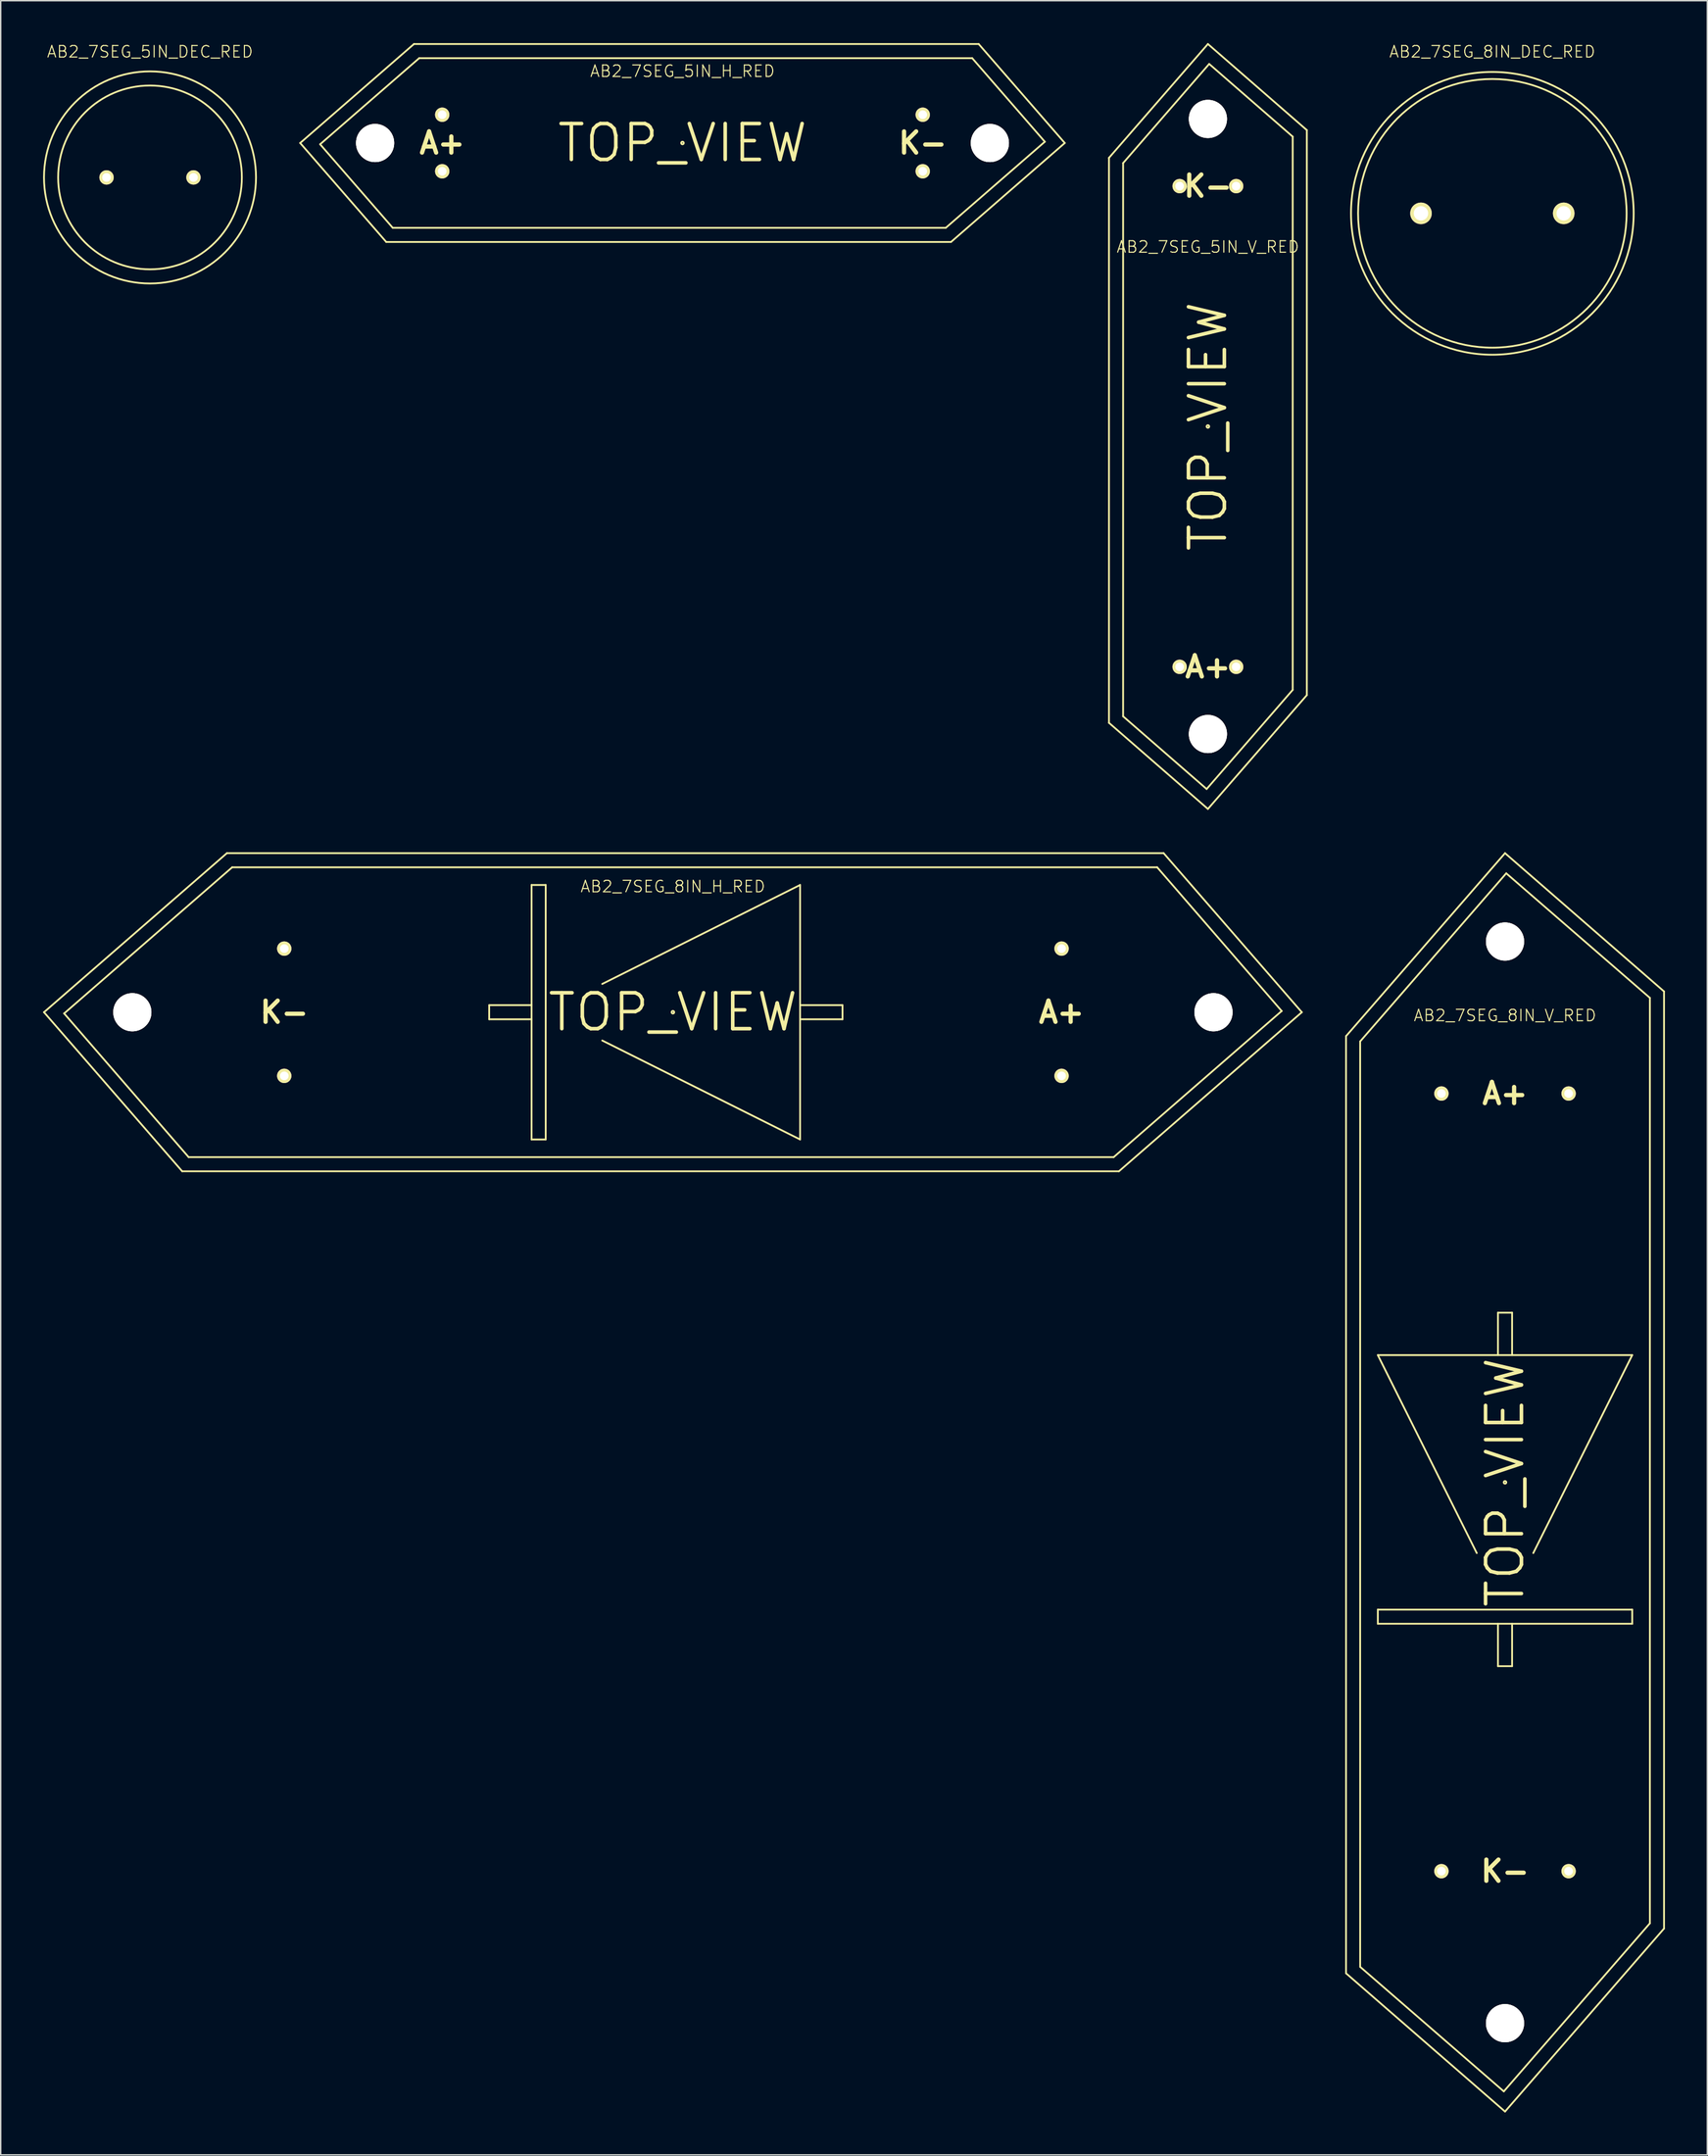
<source format=kicad_pcb>
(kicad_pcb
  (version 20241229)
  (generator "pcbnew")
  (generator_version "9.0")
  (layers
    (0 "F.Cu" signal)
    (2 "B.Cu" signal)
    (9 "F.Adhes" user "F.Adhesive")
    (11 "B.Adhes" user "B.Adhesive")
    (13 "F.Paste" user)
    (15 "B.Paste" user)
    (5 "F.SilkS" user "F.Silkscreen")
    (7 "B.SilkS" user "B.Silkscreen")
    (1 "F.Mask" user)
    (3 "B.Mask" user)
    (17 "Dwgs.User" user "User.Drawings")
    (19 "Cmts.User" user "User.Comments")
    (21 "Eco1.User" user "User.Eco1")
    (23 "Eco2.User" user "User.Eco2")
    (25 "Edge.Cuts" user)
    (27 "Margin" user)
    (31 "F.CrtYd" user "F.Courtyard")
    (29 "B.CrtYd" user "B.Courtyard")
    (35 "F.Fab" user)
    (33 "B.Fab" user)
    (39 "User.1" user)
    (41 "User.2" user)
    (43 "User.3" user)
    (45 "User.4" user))
  (footprint "AB2_7SEG_5IN_H_RED"
    (layer "F.Cu")
    (at 45.24 7.064)
    (property "Reference" "AB2_7SEG_5IN_H_RED" (at 0 -5.08 0) (layer "F.SilkS") (effects (font (size 0.813 0.813) (thickness 0.076))))
    (attr through_hole)
    (fp_line (start -27.05 0) (end -19 -7) (stroke (width 0.127) (type solid)) (layer "F.SilkS"))
    (fp_line (start -25.64 0.09) (end -20.5 6) (stroke (width 0.127) (type solid)) (layer "F.SilkS"))
    (fp_line (start -20.96 7) (end -27.05 0) (stroke (width 0.127) (type solid)) (layer "F.SilkS"))
    (fp_line (start -20.5 6) (end 18.63 6) (stroke (width 0.127) (type solid)) (layer "F.SilkS"))
    (fp_line (start -19 -7) (end 20.96 -7) (stroke (width 0.127) (type solid)) (layer "F.SilkS"))
    (fp_line (start -18.63 -6) (end -25.64 0.09) (stroke (width 0.127) (type solid)) (layer "F.SilkS"))
    (fp_line (start 18.63 6) (end 25.64 -0.09) (stroke (width 0.127) (type solid)) (layer "F.SilkS"))
    (fp_line (start 19 7) (end -20.96 7) (stroke (width 0.127) (type solid)) (layer "F.SilkS"))
    (fp_line (start 20.5 -6) (end -18.63 -6) (stroke (width 0.127) (type solid)) (layer "F.SilkS"))
    (fp_line (start 20.96 -7) (end 27.05 0) (stroke (width 0.127) (type solid)) (layer "F.SilkS"))
    (fp_line (start 25.64 -0.09) (end 20.5 -6) (stroke (width 0.127) (type solid)) (layer "F.SilkS"))
    (fp_line (start 27.05 0) (end 19 7) (stroke (width 0.127) (type solid)) (layer "F.SilkS"))
    (fp_circle (center 0 0) (end 0.02 0.09) (stroke (width 0.127) (type solid)) (fill no) (layer "F.SilkS"))
    (fp_text user "K-" (at 17 0 0) (layer "F.SilkS") (effects (font (size 1.5 1.5) (thickness 0.3))))
    (fp_text user "A+" (at -17 0 0) (layer "F.SilkS") (effects (font (size 1.5 1.5) (thickness 0.3))))
    (fp_text user "TOP_VIEW" (at 0 0 180) (layer "F.SilkS") (effects (font (size 2.54 2.54) (thickness 0.254))))
    (pad "1" thru_hole circle (at -17 -2) (size 1.016 1.016) (drill 0.61) (layers "*.Cu" "*.Mask" "F.SilkS"))
    (pad "1" thru_hole circle (at -17 2) (size 1.016 1.016) (drill 0.61) (layers "*.Cu" "*.Mask" "F.SilkS"))
    (pad "2" thru_hole circle (at 17 -2) (size 1.016 1.016) (drill 0.61) (layers "*.Cu" "*.Mask" "F.SilkS"))
    (pad "2" thru_hole circle (at 17 2) (size 1.016 1.016) (drill 0.61) (layers "*.Cu" "*.Mask" "F.SilkS"))
    (pad "3" thru_hole circle (at -21.75 0) (size 2.7 2.7) (drill 2.7) (layers "*.Cu" "*.Mask" "F.SilkS"))
    (pad "3" thru_hole circle (at 21.75 0) (size 2.7 2.7) (drill 2.7) (layers "*.Cu" "*.Mask" "F.SilkS")))
  (footprint "AB2_7SEG_8IN_H_RED"
    (layer "F.Cu")
    (at 44.563 68.54)
    (property "Reference" "AB2_7SEG_8IN_H_RED" (at 0 -8.89 0) (layer "F.SilkS") (effects (font (size 0.813 0.813) (thickness 0.076))))
    (attr through_hole)
    (fp_line (start -44.5 0) (end -34.721 11.25) (stroke (width 0.127) (type solid)) (layer "F.SilkS"))
    (fp_line (start -44.5 0) (end -31.558 -11.25) (stroke (width 0.127) (type solid)) (layer "F.SilkS"))
    (fp_line (start -43.075 0.086) (end -31.185 -10.25) (stroke (width 0.127) (type solid)) (layer "F.SilkS"))
    (fp_line (start -34.265 10.25) (end -43.075 0.086) (stroke (width 0.127) (type solid)) (layer "F.SilkS"))
    (fp_line (start -34.265 10.25) (end 31.185 10.25) (stroke (width 0.127) (type solid)) (layer "F.SilkS"))
    (fp_line (start -31.558 -11.25) (end 34.721 -11.25) (stroke (width 0.127) (type solid)) (layer "F.SilkS"))
    (fp_line (start -31.185 -10.25) (end 34.265 -10.25) (stroke (width 0.127) (type solid)) (layer "F.SilkS"))
    (fp_line (start -13 -0.5) (end -13 0.5) (stroke (width 0.127) (type solid)) (layer "F.SilkS"))
    (fp_line (start -13 0.5) (end -10 0.5) (stroke (width 0.127) (type solid)) (layer "F.SilkS"))
    (fp_line (start -10 -9) (end -10 9) (stroke (width 0.127) (type solid)) (layer "F.SilkS"))
    (fp_line (start -10 -0.5) (end -13 -0.5) (stroke (width 0.127) (type solid)) (layer "F.SilkS"))
    (fp_line (start -10 9) (end -9 9) (stroke (width 0.127) (type solid)) (layer "F.SilkS"))
    (fp_line (start -9 -9) (end -10 -9) (stroke (width 0.127) (type solid)) (layer "F.SilkS"))
    (fp_line (start -9 9) (end -9 -9) (stroke (width 0.127) (type solid)) (layer "F.SilkS"))
    (fp_line (start 9 -9) (end -5 -2) (stroke (width 0.127) (type solid)) (layer "F.SilkS"))
    (fp_line (start 9 -9) (end 9 9) (stroke (width 0.127) (type solid)) (layer "F.SilkS"))
    (fp_line (start 9 0.5) (end 12 0.5) (stroke (width 0.127) (type solid)) (layer "F.SilkS"))
    (fp_line (start 9 9) (end -5 2) (stroke (width 0.127) (type solid)) (layer "F.SilkS"))
    (fp_line (start 12 -0.5) (end 9 -0.5) (stroke (width 0.127) (type solid)) (layer "F.SilkS"))
    (fp_line (start 12 0.5) (end 12 -0.5) (stroke (width 0.127) (type solid)) (layer "F.SilkS"))
    (fp_line (start 31.185 10.25) (end 43.075 -0.086) (stroke (width 0.127) (type solid)) (layer "F.SilkS"))
    (fp_line (start 31.558 11.25) (end -34.721 11.25) (stroke (width 0.127) (type solid)) (layer "F.SilkS"))
    (fp_line (start 43.075 -0.086) (end 34.265 -10.25) (stroke (width 0.127) (type solid)) (layer "F.SilkS"))
    (fp_line (start 44.5 0) (end 31.558 11.25) (stroke (width 0.127) (type solid)) (layer "F.SilkS"))
    (fp_line (start 44.5 0) (end 34.721 -11.25) (stroke (width 0.127) (type solid)) (layer "F.SilkS"))
    (fp_circle (center 0 0) (end -0.02 -0.09) (stroke (width 0.127) (type solid)) (fill no) (layer "F.SilkS"))
    (fp_text user "K-" (at -27.5 0 0) (layer "F.SilkS") (effects (font (size 1.5 1.5) (thickness 0.3))))
    (fp_text user "TOP_VIEW" (at 0 0 0) (layer "F.SilkS") (effects (font (size 2.54 2.54) (thickness 0.254))))
    (fp_text user "A+" (at 27.5 0 0) (layer "F.SilkS") (effects (font (size 1.5 1.5) (thickness 0.3))))
    (pad "1" thru_hole circle (at 27.5 -4.5) (size 1.016 1.016) (drill 0.61) (layers "*.Cu" "*.Mask" "F.SilkS"))
    (pad "1" thru_hole circle (at 27.5 4.5) (size 1.016 1.016) (drill 0.61) (layers "*.Cu" "*.Mask" "F.SilkS"))
    (pad "2" thru_hole circle (at -27.5 -4.5) (size 1.016 1.016) (drill 0.61) (layers "*.Cu" "*.Mask" "F.SilkS"))
    (pad "2" thru_hole circle (at -27.5 4.5) (size 1.016 1.016) (drill 0.61) (layers "*.Cu" "*.Mask" "F.SilkS"))
    (pad "3" thru_hole circle (at -38.25 0) (size 2.7 2.7) (drill 2.7) (layers "*.Cu" "*.Mask" "F.SilkS"))
    (pad "3" thru_hole circle (at 38.25 0) (size 2.7 2.7) (drill 2.7) (layers "*.Cu" "*.Mask" "F.SilkS")))
  (footprint "AB2_7SEG_5IN_V_RED"
    (layer "F.Cu")
    (at 82.418 27.113)
    (property "Reference" "AB2_7SEG_5IN_V_RED" (at 0 -12.7 0) (layer "F.SilkS") (effects (font (size 0.813 0.813) (thickness 0.076))))
    (attr through_hole)
    (fp_line (start -7 -19) (end -7 20.96) (stroke (width 0.127) (type solid)) (layer "F.SilkS"))
    (fp_line (start -7 20.96) (end 0 27.05) (stroke (width 0.127) (type solid)) (layer "F.SilkS"))
    (fp_line (start -6 -18.63) (end -6 20.5) (stroke (width 0.127) (type solid)) (layer "F.SilkS"))
    (fp_line (start -6 -18.63) (end 0.09 -25.64) (stroke (width 0.127) (type solid)) (layer "F.SilkS"))
    (fp_line (start -0.09 25.64) (end -6 20.5) (stroke (width 0.127) (type solid)) (layer "F.SilkS"))
    (fp_line (start 0 -27.05) (end -7 -19) (stroke (width 0.127) (type solid)) (layer "F.SilkS"))
    (fp_line (start 0 27.05) (end 7 19) (stroke (width 0.127) (type solid)) (layer "F.SilkS"))
    (fp_line (start 0.09 -25.64) (end 6 -20.5) (stroke (width 0.127) (type solid)) (layer "F.SilkS"))
    (fp_line (start 6 18.63) (end -0.09 25.64) (stroke (width 0.127) (type solid)) (layer "F.SilkS"))
    (fp_line (start 6 18.63) (end 6 -20.5) (stroke (width 0.127) (type solid)) (layer "F.SilkS"))
    (fp_line (start 7 -20.96) (end 0 -27.05) (stroke (width 0.127) (type solid)) (layer "F.SilkS"))
    (fp_line (start 7 19) (end 7 -20.96) (stroke (width 0.127) (type solid)) (layer "F.SilkS"))
    (fp_circle (center 0 0) (end -0.09 -0.02) (stroke (width 0.127) (type solid)) (fill no) (layer "F.SilkS"))
    (fp_text user "K-" (at 0 -17 0) (layer "F.SilkS") (effects (font (size 1.5 1.5) (thickness 0.3))))
    (fp_text user "TOP_VIEW" (at 0 0 90) (layer "F.SilkS") (effects (font (size 2.54 2.54) (thickness 0.254))))
    (fp_text user "A+" (at 0 17 0) (layer "F.SilkS") (effects (font (size 1.5 1.5) (thickness 0.3))))
    (pad "1" thru_hole circle (at -2 17 90) (size 1.016 1.016) (drill 0.61) (layers "*.Cu" "*.Mask" "F.SilkS"))
    (pad "1" thru_hole circle (at 2 17 90) (size 1.016 1.016) (drill 0.61) (layers "*.Cu" "*.Mask" "F.SilkS"))
    (pad "2" thru_hole circle (at -2 -17 90) (size 1.016 1.016) (drill 0.61) (layers "*.Cu" "*.Mask" "F.SilkS"))
    (pad "2" thru_hole circle (at 2 -17 90) (size 1.016 1.016) (drill 0.61) (layers "*.Cu" "*.Mask" "F.SilkS"))
    (pad "3" thru_hole circle (at 0 -21.75 90) (size 2.7 2.7) (drill 2.7) (layers "*.Cu" "*.Mask" "F.SilkS"))
    (pad "3" thru_hole circle (at 0 21.75 90) (size 2.7 2.7) (drill 2.7) (layers "*.Cu" "*.Mask" "F.SilkS")))
  (footprint "AB2_7SEG_8IN_DEC_RED"
    (layer "F.Cu")
    (at 102.544 12.039)
    (property "Reference" "AB2_7SEG_8IN_DEC_RED" (at 0 -11.43 0) (layer "F.SilkS") (effects (font (size 0.813 0.813) (thickness 0.076))))
    (attr through_hole)
    (fp_circle (center 0 0) (end 0 -10) (stroke (width 0.127) (type solid)) (fill no) (layer "F.SilkS"))
    (fp_circle (center 0 0) (end 0 -9.5) (stroke (width 0.127) (type solid)) (fill no) (layer "F.SilkS"))
    (pad "1" thru_hole circle (at -5.05 0) (size 1.524 1.524) (drill 1.016) (layers "*.Cu" "*.Mask" "F.SilkS"))
    (pad "2" thru_hole circle (at 5.05 0) (size 1.524 1.524) (drill 1.016) (layers "*.Cu" "*.Mask" "F.SilkS")))
  (footprint "AB2_7SEG_8IN_V_RED"
    (layer "F.Cu")
    (at 103.441 101.79)
    (property "Reference" "AB2_7SEG_8IN_V_RED" (at 0 -33.02 0) (layer "F.SilkS") (effects (font (size 0.813 0.813) (thickness 0.076))))
    (attr through_hole)
    (fp_line (start -11.25 -31.558) (end -11.25 34.721) (stroke (width 0.127) (type solid)) (layer "F.SilkS"))
    (fp_line (start -11.25 34.721) (end 0 44.5) (stroke (width 0.127) (type solid)) (layer "F.SilkS"))
    (fp_line (start -10.25 -31.185) (end -10.25 34.265) (stroke (width 0.127) (type solid)) (layer "F.SilkS"))
    (fp_line (start -10.25 -31.185) (end 0.086 -43.075) (stroke (width 0.127) (type solid)) (layer "F.SilkS"))
    (fp_line (start -9 -9) (end -2 5) (stroke (width 0.127) (type solid)) (layer "F.SilkS"))
    (fp_line (start -9 -9) (end 9 -9) (stroke (width 0.127) (type solid)) (layer "F.SilkS"))
    (fp_line (start -9 9) (end 9 9) (stroke (width 0.127) (type solid)) (layer "F.SilkS"))
    (fp_line (start -9 10) (end -9 9) (stroke (width 0.127) (type solid)) (layer "F.SilkS"))
    (fp_line (start -0.5 -12) (end 0.5 -12) (stroke (width 0.127) (type solid)) (layer "F.SilkS"))
    (fp_line (start -0.5 -9) (end -0.5 -12) (stroke (width 0.127) (type solid)) (layer "F.SilkS"))
    (fp_line (start -0.5 10) (end -0.5 13) (stroke (width 0.127) (type solid)) (layer "F.SilkS"))
    (fp_line (start -0.5 13) (end 0.5 13) (stroke (width 0.127) (type solid)) (layer "F.SilkS"))
    (fp_line (start -0.086 43.075) (end -10.25 34.265) (stroke (width 0.127) (type solid)) (layer "F.SilkS"))
    (fp_line (start 0 -44.5) (end -11.25 -31.558) (stroke (width 0.127) (type solid)) (layer "F.SilkS"))
    (fp_line (start 0 44.5) (end 11.25 31.558) (stroke (width 0.127) (type solid)) (layer "F.SilkS"))
    (fp_line (start 0.086 -43.075) (end 10.25 -34.265) (stroke (width 0.127) (type solid)) (layer "F.SilkS"))
    (fp_line (start 0.5 -12) (end 0.5 -9) (stroke (width 0.127) (type solid)) (layer "F.SilkS"))
    (fp_line (start 0.5 13) (end 0.5 10) (stroke (width 0.127) (type solid)) (layer "F.SilkS"))
    (fp_line (start 9 -9) (end 2 5) (stroke (width 0.127) (type solid)) (layer "F.SilkS"))
    (fp_line (start 9 9) (end 9 10) (stroke (width 0.127) (type solid)) (layer "F.SilkS"))
    (fp_line (start 9 10) (end -9 10) (stroke (width 0.127) (type solid)) (layer "F.SilkS"))
    (fp_line (start 10.25 31.185) (end -0.086 43.075) (stroke (width 0.127) (type solid)) (layer "F.SilkS"))
    (fp_line (start 10.25 31.185) (end 10.25 -34.265) (stroke (width 0.127) (type solid)) (layer "F.SilkS"))
    (fp_line (start 11.25 -34.721) (end 0 -44.5) (stroke (width 0.127) (type solid)) (layer "F.SilkS"))
    (fp_line (start 11.25 31.558) (end 11.25 -34.721) (stroke (width 0.127) (type solid)) (layer "F.SilkS"))
    (fp_circle (center 0 0) (end -0.09 -0.02) (stroke (width 0.127) (type solid)) (fill no) (layer "F.SilkS"))
    (fp_text user "K-" (at 0 27.5 0) (layer "F.SilkS") (effects (font (size 1.5 1.5) (thickness 0.3))))
    (fp_text user "TOP_VIEW" (at 0 0 90) (layer "F.SilkS") (effects (font (size 2.54 2.54) (thickness 0.254))))
    (fp_text user "A+" (at 0 -27.5 0) (layer "F.SilkS") (effects (font (size 1.5 1.5) (thickness 0.3))))
    (pad "1" thru_hole circle (at -4.5 -27.5) (size 1.016 1.016) (drill 0.61) (layers "*.Cu" "*.Mask" "F.SilkS"))
    (pad "1" thru_hole circle (at 4.5 -27.5) (size 1.016 1.016) (drill 0.61) (layers "*.Cu" "*.Mask" "F.SilkS"))
    (pad "2" thru_hole circle (at -4.5 27.5) (size 1.016 1.016) (drill 0.61) (layers "*.Cu" "*.Mask" "F.SilkS"))
    (pad "2" thru_hole circle (at 4.5 27.5) (size 1.016 1.016) (drill 0.61) (layers "*.Cu" "*.Mask" "F.SilkS"))
    (pad "3" thru_hole circle (at 0 -38.25) (size 2.7 2.7) (drill 2.7) (layers "*.Cu" "*.Mask" "F.SilkS"))
    (pad "3" thru_hole circle (at 0 38.25) (size 2.7 2.7) (drill 2.7) (layers "*.Cu" "*.Mask" "F.SilkS")))
  (footprint "AB2_7SEG_5IN_DEC_RED"
    (layer "F.Cu")
    (at 7.564 9.499)
    (property "Reference" "AB2_7SEG_5IN_DEC_RED" (at 0 -8.89 0) (layer "F.SilkS") (effects (font (size 0.813 0.813) (thickness 0.076))))
    (attr through_hole)
    (fp_circle (center 0 0) (end 0 -7.5) (stroke (width 0.127) (type solid)) (fill no) (layer "F.SilkS"))
    (fp_circle (center 0 0) (end 0 -6.5) (stroke (width 0.127) (type solid)) (fill no) (layer "F.SilkS"))
    (pad "1" thru_hole circle (at -3.075 0) (size 1.016 1.016) (drill 0.61) (layers "*.Cu" "*.Mask" "F.SilkS"))
    (pad "2" thru_hole circle (at 3.075 0) (size 1.016 1.016) (drill 0.61) (layers "*.Cu" "*.Mask" "F.SilkS")))
  (gr_rect
    (start -3 -3)
    (end 117.754 149.354)
    (stroke (width 0.1) (type default))
    (fill no)
    (layer "Edge.Cuts")))
</source>
